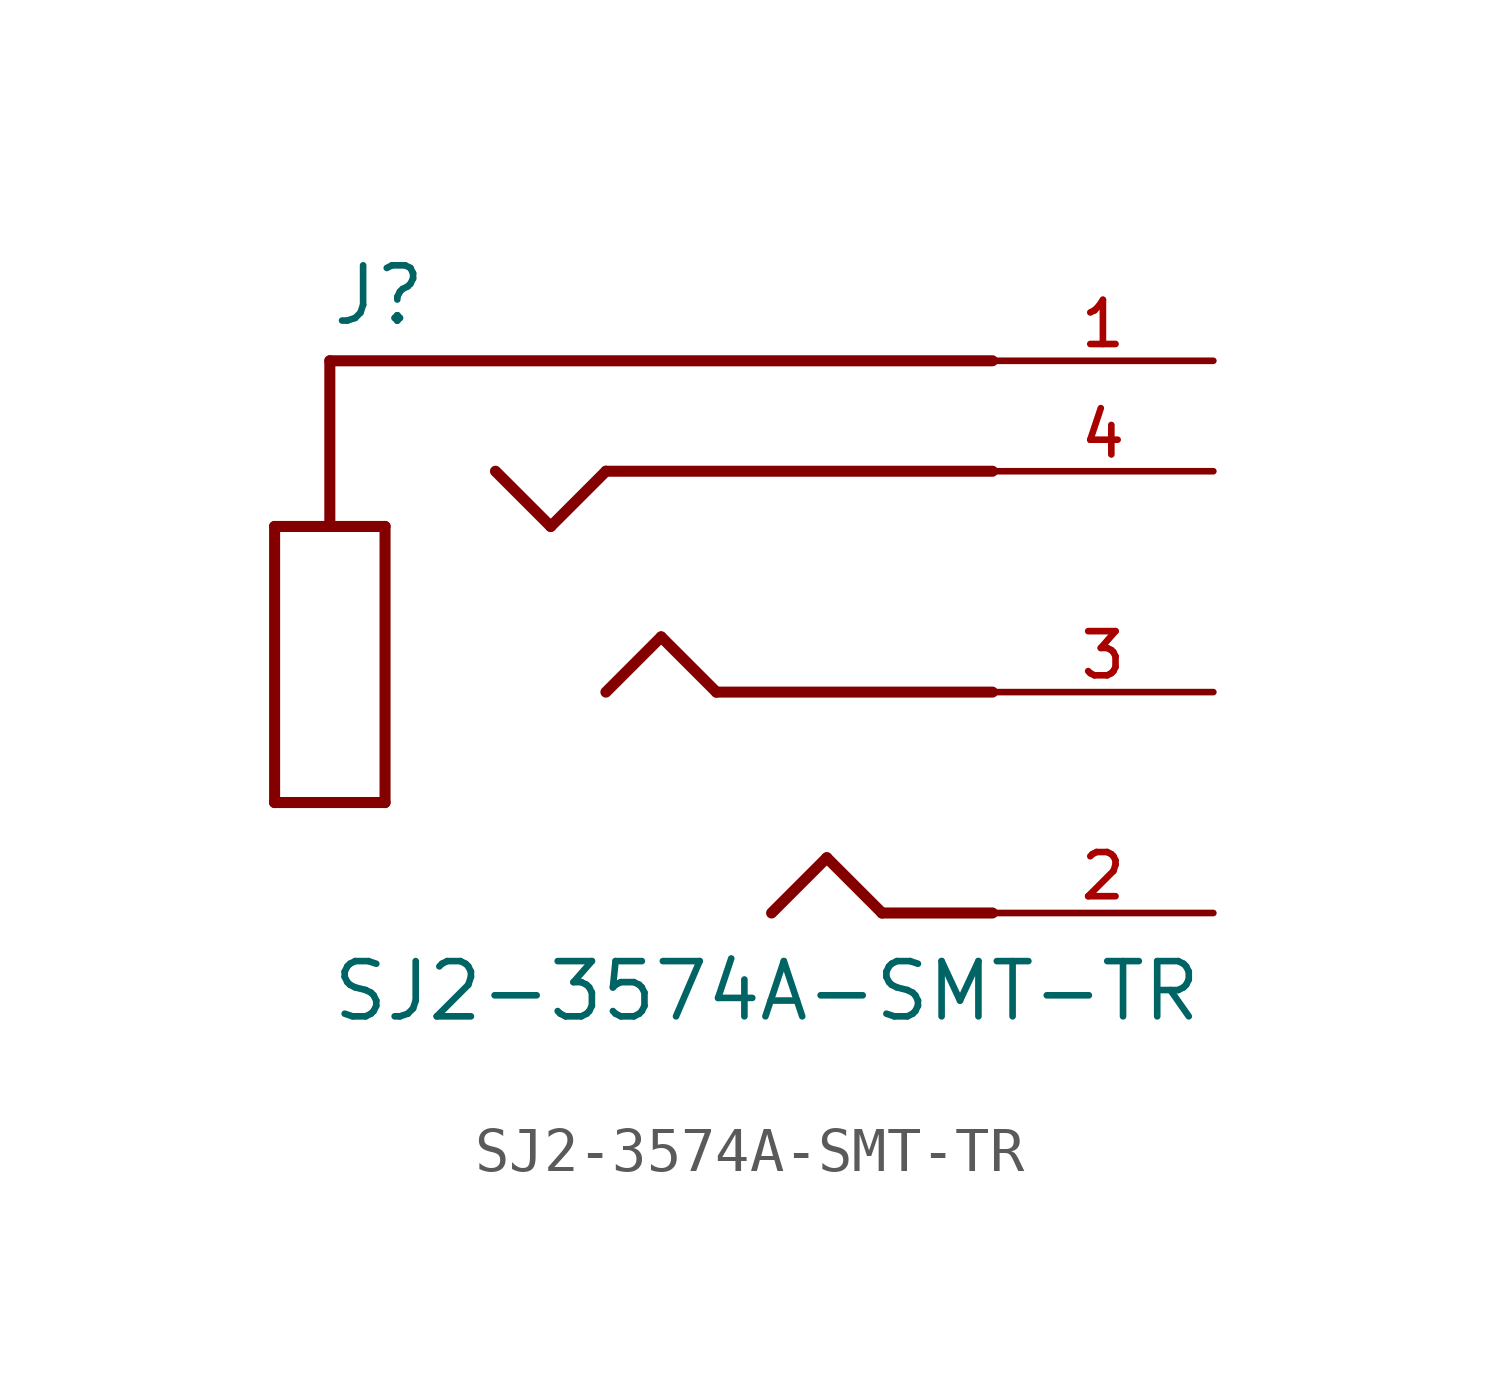
<source format=kicad_sym>
(kicad_symbol_lib
  (version 20241209)
  (generator "kicad_symbol_editor")
  (generator_version "9.0")
  (symbol "SJ2-3574A-SMT-TR"
    (pin_names
      (offset 1.016))
    (property "Reference" "J"
      (at -7.62 8.382 0)
      (effects (font (size 1.27 1.27)) (justify left bottom)))
    (property "Value" "SJ2-3574A-SMT-TR"
      (at -7.62 -7.62 0)
      (effects (font (size 1.27 1.27)) (justify left bottom)))
    (symbol "SJ2-3574A-SMT-TR_0_0"
      (polyline (pts (xy -8.89 3.81) (xy -7.62 3.81)) (stroke (width 0.254) (type default)) (fill (type none)))
      (polyline (pts (xy -8.89 -2.54) (xy -8.89 3.81)) (stroke (width 0.254) (type default)) (fill (type none)))
      (polyline (pts (xy -7.62 7.62) (xy 7.62 7.62)) (stroke (width 0.254) (type default)) (fill (type none)))
      (polyline (pts (xy -7.62 3.81) (xy -7.62 7.62)) (stroke (width 0.254) (type default)) (fill (type none)))
      (polyline (pts (xy -7.62 3.81) (xy -6.35 3.81)) (stroke (width 0.254) (type default)) (fill (type none)))
      (polyline (pts (xy -6.35 3.81) (xy -6.35 -2.54)) (stroke (width 0.254) (type default)) (fill (type none)))
      (polyline (pts (xy -6.35 -2.54) (xy -8.89 -2.54)) (stroke (width 0.254) (type default)) (fill (type none)))
      (polyline (pts (xy -3.81 5.08) (xy -2.54 3.81)) (stroke (width 0.254) (type default)) (fill (type none)))
      (polyline (pts (xy -2.54 3.81) (xy -1.27 5.08)) (stroke (width 0.254) (type default)) (fill (type none)))
      (polyline (pts (xy -1.27 5.08) (xy 7.62 5.08)) (stroke (width 0.254) (type default)) (fill (type none)))
      (polyline (pts (xy -1.27 0) (xy 0 1.27)) (stroke (width 0.254) (type default)) (fill (type none)))
      (polyline (pts (xy 0 1.27) (xy 1.27 0)) (stroke (width 0.254) (type default)) (fill (type none)))
      (polyline (pts (xy 1.27 0) (xy 7.62 0)) (stroke (width 0.254) (type default)) (fill (type none)))
      (polyline (pts (xy 2.54 -5.08) (xy 3.81 -3.81)) (stroke (width 0.254) (type default)) (fill (type none)))
      (polyline (pts (xy 3.81 -3.81) (xy 5.08 -5.08)) (stroke (width 0.254) (type default)) (fill (type none)))
      (polyline (pts (xy 5.08 -5.08) (xy 7.62 -5.08)) (stroke (width 0.254) (type default)) (fill (type none)))
      (pin passive line (at 12.7 7.62 180) (length 5.08) (name "~" (effects (font (size 1.016 1.016)))) (number "1" (effects (font (size 1.016 1.016)))))
      (pin passive line (at 12.7 5.08 180) (length 5.08) (name "~" (effects (font (size 1.016 1.016)))) (number "4" (effects (font (size 1.016 1.016)))))
      (pin passive line (at 12.7 0 180) (length 5.08) (name "~" (effects (font (size 1.016 1.016)))) (number "3" (effects (font (size 1.016 1.016)))))
      (pin passive line (at 12.7 -5.08 180) (length 5.08) (name "~" (effects (font (size 1.016 1.016)))) (number "2" (effects (font (size 1.016 1.016))))))))
</source>
